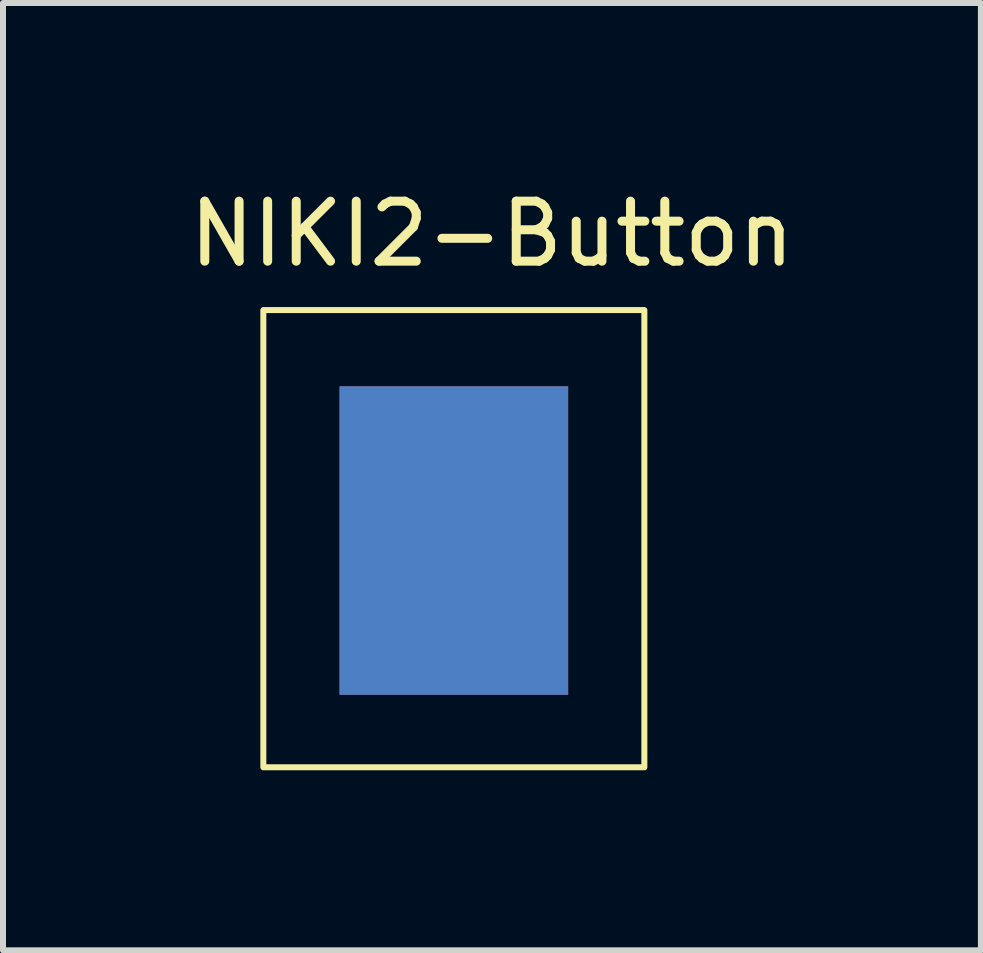
<source format=kicad_pcb>
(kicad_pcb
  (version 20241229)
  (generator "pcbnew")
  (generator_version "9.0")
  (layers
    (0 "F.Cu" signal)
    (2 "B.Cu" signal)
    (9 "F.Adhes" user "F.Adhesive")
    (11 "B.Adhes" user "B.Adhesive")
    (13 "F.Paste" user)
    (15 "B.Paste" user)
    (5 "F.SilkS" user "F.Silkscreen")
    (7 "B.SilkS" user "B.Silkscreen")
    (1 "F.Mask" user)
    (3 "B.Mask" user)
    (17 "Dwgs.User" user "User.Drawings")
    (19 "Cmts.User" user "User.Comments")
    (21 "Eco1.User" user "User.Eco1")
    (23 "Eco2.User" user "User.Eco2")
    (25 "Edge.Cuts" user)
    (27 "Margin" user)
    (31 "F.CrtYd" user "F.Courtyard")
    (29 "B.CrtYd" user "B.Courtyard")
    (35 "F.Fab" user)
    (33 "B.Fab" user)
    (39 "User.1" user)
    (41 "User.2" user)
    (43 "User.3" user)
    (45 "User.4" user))
  (footprint "NIKI2-Button"
    (layer "F.Cu")
    (at 2.609 8.468)
    (property "Reference" "NIKI2-Button" (at 2.54 -7.62 0) (layer "F.SilkS") (effects (font (size 1 1) (thickness 0.15))))
    (attr through_hole)
    (fp_rect (start -1.27 -6.35) (end 5.08 1.27) (stroke (width 0.1) (type default)) (fill no) (layer "F.SilkS"))
    (pad "1" smd rect (at 1.905 -2.509 180) (size 3.81 5.142) (layers "F.Cu" "F.Mask" "F.Paste"))
    (pad "2" smd rect (at 1.905 -2.509) (size 3.81 5.142) (layers "B.Cu" "B.Mask" "B.Paste")))
  (gr_rect
    (start -3 -3)
    (end 13.298 12.788)
    (stroke (width 0.1) (type default))
    (fill no)
    (layer "Edge.Cuts")))
</source>
